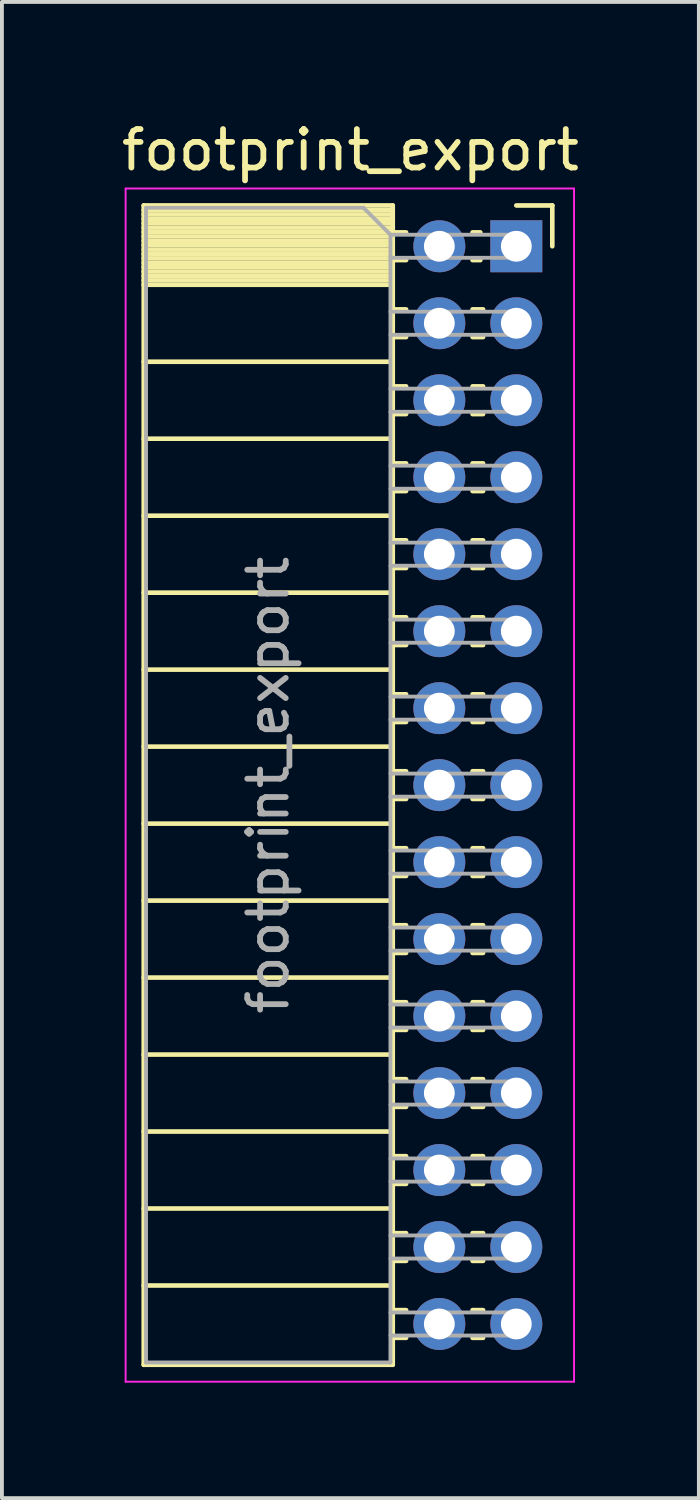
<source format=kicad_pcb>
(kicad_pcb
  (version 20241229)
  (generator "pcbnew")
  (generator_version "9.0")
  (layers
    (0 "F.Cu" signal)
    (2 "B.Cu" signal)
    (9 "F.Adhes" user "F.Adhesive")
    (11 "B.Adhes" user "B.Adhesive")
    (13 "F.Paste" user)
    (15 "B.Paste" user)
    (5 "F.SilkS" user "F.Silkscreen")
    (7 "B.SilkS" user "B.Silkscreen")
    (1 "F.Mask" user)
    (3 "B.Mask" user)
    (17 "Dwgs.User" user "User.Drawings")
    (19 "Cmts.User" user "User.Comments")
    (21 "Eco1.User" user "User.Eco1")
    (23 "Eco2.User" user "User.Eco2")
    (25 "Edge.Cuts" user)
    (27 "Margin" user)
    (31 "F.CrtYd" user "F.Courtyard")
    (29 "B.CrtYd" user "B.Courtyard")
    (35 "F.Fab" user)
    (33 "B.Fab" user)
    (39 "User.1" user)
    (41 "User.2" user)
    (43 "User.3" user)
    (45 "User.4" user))
  (footprint "footprint_export"
    (layer "F.Cu")
    (at 10.364 3.348)
    (property "Reference" "footprint_export" (at -4.31 -2.5 0) (layer "F.SilkS") (effects (font (size 1 1) (thickness 0.15))))
    (attr through_hole)
    (fp_line (start -9.68 -1.06) (end -9.68 29.06) (stroke (width 0.12) (type solid)) (layer "F.SilkS"))
    (fp_line (start -9.68 -1.06) (end -3.21 -1.06) (stroke (width 0.12) (type solid)) (layer "F.SilkS"))
    (fp_line (start -9.68 -0.94) (end -3.21 -0.94) (stroke (width 0.12) (type solid)) (layer "F.SilkS"))
    (fp_line (start -9.68 -0.826) (end -3.21 -0.826) (stroke (width 0.12) (type solid)) (layer "F.SilkS"))
    (fp_line (start -9.68 -0.712) (end -3.21 -0.712) (stroke (width 0.12) (type solid)) (layer "F.SilkS"))
    (fp_line (start -9.68 -0.598) (end -3.21 -0.598) (stroke (width 0.12) (type solid)) (layer "F.SilkS"))
    (fp_line (start -9.68 -0.484) (end -3.21 -0.484) (stroke (width 0.12) (type solid)) (layer "F.SilkS"))
    (fp_line (start -9.68 -0.369) (end -3.21 -0.369) (stroke (width 0.12) (type solid)) (layer "F.SilkS"))
    (fp_line (start -9.68 -0.255) (end -3.21 -0.255) (stroke (width 0.12) (type solid)) (layer "F.SilkS"))
    (fp_line (start -9.68 -0.141) (end -3.21 -0.141) (stroke (width 0.12) (type solid)) (layer "F.SilkS"))
    (fp_line (start -9.68 -0.027) (end -3.21 -0.027) (stroke (width 0.12) (type solid)) (layer "F.SilkS"))
    (fp_line (start -9.68 0.087) (end -3.21 0.087) (stroke (width 0.12) (type solid)) (layer "F.SilkS"))
    (fp_line (start -9.68 0.201) (end -3.21 0.201) (stroke (width 0.12) (type solid)) (layer "F.SilkS"))
    (fp_line (start -9.68 0.315) (end -3.21 0.315) (stroke (width 0.12) (type solid)) (layer "F.SilkS"))
    (fp_line (start -9.68 0.429) (end -3.21 0.429) (stroke (width 0.12) (type solid)) (layer "F.SilkS"))
    (fp_line (start -9.68 0.544) (end -3.21 0.544) (stroke (width 0.12) (type solid)) (layer "F.SilkS"))
    (fp_line (start -9.68 0.658) (end -3.21 0.658) (stroke (width 0.12) (type solid)) (layer "F.SilkS"))
    (fp_line (start -9.68 0.772) (end -3.21 0.772) (stroke (width 0.12) (type solid)) (layer "F.SilkS"))
    (fp_line (start -9.68 0.886) (end -3.21 0.886) (stroke (width 0.12) (type solid)) (layer "F.SilkS"))
    (fp_line (start -9.68 1) (end -3.21 1) (stroke (width 0.12) (type solid)) (layer "F.SilkS"))
    (fp_line (start -9.68 3) (end -3.21 3) (stroke (width 0.12) (type solid)) (layer "F.SilkS"))
    (fp_line (start -9.68 5) (end -3.21 5) (stroke (width 0.12) (type solid)) (layer "F.SilkS"))
    (fp_line (start -9.68 7) (end -3.21 7) (stroke (width 0.12) (type solid)) (layer "F.SilkS"))
    (fp_line (start -9.68 9) (end -3.21 9) (stroke (width 0.12) (type solid)) (layer "F.SilkS"))
    (fp_line (start -9.68 11) (end -3.21 11) (stroke (width 0.12) (type solid)) (layer "F.SilkS"))
    (fp_line (start -9.68 13) (end -3.21 13) (stroke (width 0.12) (type solid)) (layer "F.SilkS"))
    (fp_line (start -9.68 15) (end -3.21 15) (stroke (width 0.12) (type solid)) (layer "F.SilkS"))
    (fp_line (start -9.68 17) (end -3.21 17) (stroke (width 0.12) (type solid)) (layer "F.SilkS"))
    (fp_line (start -9.68 19) (end -3.21 19) (stroke (width 0.12) (type solid)) (layer "F.SilkS"))
    (fp_line (start -9.68 21) (end -3.21 21) (stroke (width 0.12) (type solid)) (layer "F.SilkS"))
    (fp_line (start -9.68 23) (end -3.21 23) (stroke (width 0.12) (type solid)) (layer "F.SilkS"))
    (fp_line (start -9.68 25) (end -3.21 25) (stroke (width 0.12) (type solid)) (layer "F.SilkS"))
    (fp_line (start -9.68 27) (end -3.21 27) (stroke (width 0.12) (type solid)) (layer "F.SilkS"))
    (fp_line (start -9.68 29.06) (end -3.21 29.06) (stroke (width 0.12) (type solid)) (layer "F.SilkS"))
    (fp_line (start -3.21 -1.06) (end -3.21 29.06) (stroke (width 0.12) (type solid)) (layer "F.SilkS"))
    (fp_line (start -3.21 -0.36) (end -2.863 -0.36) (stroke (width 0.12) (type solid)) (layer "F.SilkS"))
    (fp_line (start -3.21 0.36) (end -2.863 0.36) (stroke (width 0.12) (type solid)) (layer "F.SilkS"))
    (fp_line (start -3.21 1.64) (end -2.863 1.64) (stroke (width 0.12) (type solid)) (layer "F.SilkS"))
    (fp_line (start -3.21 2.36) (end -2.863 2.36) (stroke (width 0.12) (type solid)) (layer "F.SilkS"))
    (fp_line (start -3.21 3.64) (end -2.863 3.64) (stroke (width 0.12) (type solid)) (layer "F.SilkS"))
    (fp_line (start -3.21 4.36) (end -2.863 4.36) (stroke (width 0.12) (type solid)) (layer "F.SilkS"))
    (fp_line (start -3.21 5.64) (end -2.863 5.64) (stroke (width 0.12) (type solid)) (layer "F.SilkS"))
    (fp_line (start -3.21 6.36) (end -2.863 6.36) (stroke (width 0.12) (type solid)) (layer "F.SilkS"))
    (fp_line (start -3.21 7.64) (end -2.863 7.64) (stroke (width 0.12) (type solid)) (layer "F.SilkS"))
    (fp_line (start -3.21 8.36) (end -2.863 8.36) (stroke (width 0.12) (type solid)) (layer "F.SilkS"))
    (fp_line (start -3.21 9.64) (end -2.863 9.64) (stroke (width 0.12) (type solid)) (layer "F.SilkS"))
    (fp_line (start -3.21 10.36) (end -2.863 10.36) (stroke (width 0.12) (type solid)) (layer "F.SilkS"))
    (fp_line (start -3.21 11.64) (end -2.863 11.64) (stroke (width 0.12) (type solid)) (layer "F.SilkS"))
    (fp_line (start -3.21 12.36) (end -2.863 12.36) (stroke (width 0.12) (type solid)) (layer "F.SilkS"))
    (fp_line (start -3.21 13.64) (end -2.863 13.64) (stroke (width 0.12) (type solid)) (layer "F.SilkS"))
    (fp_line (start -3.21 14.36) (end -2.863 14.36) (stroke (width 0.12) (type solid)) (layer "F.SilkS"))
    (fp_line (start -3.21 15.64) (end -2.863 15.64) (stroke (width 0.12) (type solid)) (layer "F.SilkS"))
    (fp_line (start -3.21 16.36) (end -2.863 16.36) (stroke (width 0.12) (type solid)) (layer "F.SilkS"))
    (fp_line (start -3.21 17.64) (end -2.863 17.64) (stroke (width 0.12) (type solid)) (layer "F.SilkS"))
    (fp_line (start -3.21 18.36) (end -2.863 18.36) (stroke (width 0.12) (type solid)) (layer "F.SilkS"))
    (fp_line (start -3.21 19.64) (end -2.863 19.64) (stroke (width 0.12) (type solid)) (layer "F.SilkS"))
    (fp_line (start -3.21 20.36) (end -2.863 20.36) (stroke (width 0.12) (type solid)) (layer "F.SilkS"))
    (fp_line (start -3.21 21.64) (end -2.863 21.64) (stroke (width 0.12) (type solid)) (layer "F.SilkS"))
    (fp_line (start -3.21 22.36) (end -2.863 22.36) (stroke (width 0.12) (type solid)) (layer "F.SilkS"))
    (fp_line (start -3.21 23.64) (end -2.863 23.64) (stroke (width 0.12) (type solid)) (layer "F.SilkS"))
    (fp_line (start -3.21 24.36) (end -2.863 24.36) (stroke (width 0.12) (type solid)) (layer "F.SilkS"))
    (fp_line (start -3.21 25.64) (end -2.863 25.64) (stroke (width 0.12) (type solid)) (layer "F.SilkS"))
    (fp_line (start -3.21 26.36) (end -2.863 26.36) (stroke (width 0.12) (type solid)) (layer "F.SilkS"))
    (fp_line (start -3.21 27.64) (end -2.863 27.64) (stroke (width 0.12) (type solid)) (layer "F.SilkS"))
    (fp_line (start -3.21 28.36) (end -2.863 28.36) (stroke (width 0.12) (type solid)) (layer "F.SilkS"))
    (fp_line (start -1.137 -0.36) (end -0.935 -0.36) (stroke (width 0.12) (type solid)) (layer "F.SilkS"))
    (fp_line (start -1.137 0.36) (end -0.935 0.36) (stroke (width 0.12) (type solid)) (layer "F.SilkS"))
    (fp_line (start -1.137 1.64) (end -0.863 1.64) (stroke (width 0.12) (type solid)) (layer "F.SilkS"))
    (fp_line (start -1.137 2.36) (end -0.863 2.36) (stroke (width 0.12) (type solid)) (layer "F.SilkS"))
    (fp_line (start -1.137 3.64) (end -0.863 3.64) (stroke (width 0.12) (type solid)) (layer "F.SilkS"))
    (fp_line (start -1.137 4.36) (end -0.863 4.36) (stroke (width 0.12) (type solid)) (layer "F.SilkS"))
    (fp_line (start -1.137 5.64) (end -0.863 5.64) (stroke (width 0.12) (type solid)) (layer "F.SilkS"))
    (fp_line (start -1.137 6.36) (end -0.863 6.36) (stroke (width 0.12) (type solid)) (layer "F.SilkS"))
    (fp_line (start -1.137 7.64) (end -0.863 7.64) (stroke (width 0.12) (type solid)) (layer "F.SilkS"))
    (fp_line (start -1.137 8.36) (end -0.863 8.36) (stroke (width 0.12) (type solid)) (layer "F.SilkS"))
    (fp_line (start -1.137 9.64) (end -0.863 9.64) (stroke (width 0.12) (type solid)) (layer "F.SilkS"))
    (fp_line (start -1.137 10.36) (end -0.863 10.36) (stroke (width 0.12) (type solid)) (layer "F.SilkS"))
    (fp_line (start -1.137 11.64) (end -0.863 11.64) (stroke (width 0.12) (type solid)) (layer "F.SilkS"))
    (fp_line (start -1.137 12.36) (end -0.863 12.36) (stroke (width 0.12) (type solid)) (layer "F.SilkS"))
    (fp_line (start -1.137 13.64) (end -0.863 13.64) (stroke (width 0.12) (type solid)) (layer "F.SilkS"))
    (fp_line (start -1.137 14.36) (end -0.863 14.36) (stroke (width 0.12) (type solid)) (layer "F.SilkS"))
    (fp_line (start -1.137 15.64) (end -0.863 15.64) (stroke (width 0.12) (type solid)) (layer "F.SilkS"))
    (fp_line (start -1.137 16.36) (end -0.863 16.36) (stroke (width 0.12) (type solid)) (layer "F.SilkS"))
    (fp_line (start -1.137 17.64) (end -0.863 17.64) (stroke (width 0.12) (type solid)) (layer "F.SilkS"))
    (fp_line (start -1.137 18.36) (end -0.863 18.36) (stroke (width 0.12) (type solid)) (layer "F.SilkS"))
    (fp_line (start -1.137 19.64) (end -0.863 19.64) (stroke (width 0.12) (type solid)) (layer "F.SilkS"))
    (fp_line (start -1.137 20.36) (end -0.863 20.36) (stroke (width 0.12) (type solid)) (layer "F.SilkS"))
    (fp_line (start -1.137 21.64) (end -0.863 21.64) (stroke (width 0.12) (type solid)) (layer "F.SilkS"))
    (fp_line (start -1.137 22.36) (end -0.863 22.36) (stroke (width 0.12) (type solid)) (layer "F.SilkS"))
    (fp_line (start -1.137 23.64) (end -0.863 23.64) (stroke (width 0.12) (type solid)) (layer "F.SilkS"))
    (fp_line (start -1.137 24.36) (end -0.863 24.36) (stroke (width 0.12) (type solid)) (layer "F.SilkS"))
    (fp_line (start -1.137 25.64) (end -0.863 25.64) (stroke (width 0.12) (type solid)) (layer "F.SilkS"))
    (fp_line (start -1.137 26.36) (end -0.863 26.36) (stroke (width 0.12) (type solid)) (layer "F.SilkS"))
    (fp_line (start -1.137 27.64) (end -0.863 27.64) (stroke (width 0.12) (type solid)) (layer "F.SilkS"))
    (fp_line (start -1.137 28.36) (end -0.863 28.36) (stroke (width 0.12) (type solid)) (layer "F.SilkS"))
    (fp_line (start 0 -1.06) (end 0.935 -1.06) (stroke (width 0.12) (type solid)) (layer "F.SilkS"))
    (fp_line (start 0.935 -1.06) (end 0.935 0) (stroke (width 0.12) (type solid)) (layer "F.SilkS"))
    (fp_line (start -10.15 -1.5) (end -10.15 29.5) (stroke (width 0.05) (type solid)) (layer "F.CrtYd"))
    (fp_line (start -10.15 29.5) (end 1.5 29.5) (stroke (width 0.05) (type solid)) (layer "F.CrtYd"))
    (fp_line (start 1.5 -1.5) (end -10.15 -1.5) (stroke (width 0.05) (type solid)) (layer "F.CrtYd"))
    (fp_line (start 1.5 29.5) (end 1.5 -1.5) (stroke (width 0.05) (type solid)) (layer "F.CrtYd"))
    (fp_line (start -9.62 -1) (end -3.97 -1) (stroke (width 0.1) (type solid)) (layer "F.Fab"))
    (fp_line (start -9.62 29) (end -9.62 -1) (stroke (width 0.1) (type solid)) (layer "F.Fab"))
    (fp_line (start -3.97 -1) (end -3.27 -0.3) (stroke (width 0.1) (type solid)) (layer "F.Fab"))
    (fp_line (start -3.27 -0.3) (end -3.27 29) (stroke (width 0.1) (type solid)) (layer "F.Fab"))
    (fp_line (start -3.27 0.3) (end 0 0.3) (stroke (width 0.1) (type solid)) (layer "F.Fab"))
    (fp_line (start -3.27 2.3) (end 0 2.3) (stroke (width 0.1) (type solid)) (layer "F.Fab"))
    (fp_line (start -3.27 4.3) (end 0 4.3) (stroke (width 0.1) (type solid)) (layer "F.Fab"))
    (fp_line (start -3.27 6.3) (end 0 6.3) (stroke (width 0.1) (type solid)) (layer "F.Fab"))
    (fp_line (start -3.27 8.3) (end 0 8.3) (stroke (width 0.1) (type solid)) (layer "F.Fab"))
    (fp_line (start -3.27 10.3) (end 0 10.3) (stroke (width 0.1) (type solid)) (layer "F.Fab"))
    (fp_line (start -3.27 12.3) (end 0 12.3) (stroke (width 0.1) (type solid)) (layer "F.Fab"))
    (fp_line (start -3.27 14.3) (end 0 14.3) (stroke (width 0.1) (type solid)) (layer "F.Fab"))
    (fp_line (start -3.27 16.3) (end 0 16.3) (stroke (width 0.1) (type solid)) (layer "F.Fab"))
    (fp_line (start -3.27 18.3) (end 0 18.3) (stroke (width 0.1) (type solid)) (layer "F.Fab"))
    (fp_line (start -3.27 20.3) (end 0 20.3) (stroke (width 0.1) (type solid)) (layer "F.Fab"))
    (fp_line (start -3.27 22.3) (end 0 22.3) (stroke (width 0.1) (type solid)) (layer "F.Fab"))
    (fp_line (start -3.27 24.3) (end 0 24.3) (stroke (width 0.1) (type solid)) (layer "F.Fab"))
    (fp_line (start -3.27 26.3) (end 0 26.3) (stroke (width 0.1) (type solid)) (layer "F.Fab"))
    (fp_line (start -3.27 28.3) (end 0 28.3) (stroke (width 0.1) (type solid)) (layer "F.Fab"))
    (fp_line (start -3.27 29) (end -9.62 29) (stroke (width 0.1) (type solid)) (layer "F.Fab"))
    (fp_line (start 0 -0.3) (end -3.27 -0.3) (stroke (width 0.1) (type solid)) (layer "F.Fab"))
    (fp_line (start 0 0.3) (end 0 -0.3) (stroke (width 0.1) (type solid)) (layer "F.Fab"))
    (fp_line (start 0 1.7) (end -3.27 1.7) (stroke (width 0.1) (type solid)) (layer "F.Fab"))
    (fp_line (start 0 2.3) (end 0 1.7) (stroke (width 0.1) (type solid)) (layer "F.Fab"))
    (fp_line (start 0 3.7) (end -3.27 3.7) (stroke (width 0.1) (type solid)) (layer "F.Fab"))
    (fp_line (start 0 4.3) (end 0 3.7) (stroke (width 0.1) (type solid)) (layer "F.Fab"))
    (fp_line (start 0 5.7) (end -3.27 5.7) (stroke (width 0.1) (type solid)) (layer "F.Fab"))
    (fp_line (start 0 6.3) (end 0 5.7) (stroke (width 0.1) (type solid)) (layer "F.Fab"))
    (fp_line (start 0 7.7) (end -3.27 7.7) (stroke (width 0.1) (type solid)) (layer "F.Fab"))
    (fp_line (start 0 8.3) (end 0 7.7) (stroke (width 0.1) (type solid)) (layer "F.Fab"))
    (fp_line (start 0 9.7) (end -3.27 9.7) (stroke (width 0.1) (type solid)) (layer "F.Fab"))
    (fp_line (start 0 10.3) (end 0 9.7) (stroke (width 0.1) (type solid)) (layer "F.Fab"))
    (fp_line (start 0 11.7) (end -3.27 11.7) (stroke (width 0.1) (type solid)) (layer "F.Fab"))
    (fp_line (start 0 12.3) (end 0 11.7) (stroke (width 0.1) (type solid)) (layer "F.Fab"))
    (fp_line (start 0 13.7) (end -3.27 13.7) (stroke (width 0.1) (type solid)) (layer "F.Fab"))
    (fp_line (start 0 14.3) (end 0 13.7) (stroke (width 0.1) (type solid)) (layer "F.Fab"))
    (fp_line (start 0 15.7) (end -3.27 15.7) (stroke (width 0.1) (type solid)) (layer "F.Fab"))
    (fp_line (start 0 16.3) (end 0 15.7) (stroke (width 0.1) (type solid)) (layer "F.Fab"))
    (fp_line (start 0 17.7) (end -3.27 17.7) (stroke (width 0.1) (type solid)) (layer "F.Fab"))
    (fp_line (start 0 18.3) (end 0 17.7) (stroke (width 0.1) (type solid)) (layer "F.Fab"))
    (fp_line (start 0 19.7) (end -3.27 19.7) (stroke (width 0.1) (type solid)) (layer "F.Fab"))
    (fp_line (start 0 20.3) (end 0 19.7) (stroke (width 0.1) (type solid)) (layer "F.Fab"))
    (fp_line (start 0 21.7) (end -3.27 21.7) (stroke (width 0.1) (type solid)) (layer "F.Fab"))
    (fp_line (start 0 22.3) (end 0 21.7) (stroke (width 0.1) (type solid)) (layer "F.Fab"))
    (fp_line (start 0 23.7) (end -3.27 23.7) (stroke (width 0.1) (type solid)) (layer "F.Fab"))
    (fp_line (start 0 24.3) (end 0 23.7) (stroke (width 0.1) (type solid)) (layer "F.Fab"))
    (fp_line (start 0 25.7) (end -3.27 25.7) (stroke (width 0.1) (type solid)) (layer "F.Fab"))
    (fp_line (start 0 26.3) (end 0 25.7) (stroke (width 0.1) (type solid)) (layer "F.Fab"))
    (fp_line (start 0 27.7) (end -3.27 27.7) (stroke (width 0.1) (type solid)) (layer "F.Fab"))
    (fp_line (start 0 28.3) (end 0 27.7) (stroke (width 0.1) (type solid)) (layer "F.Fab"))
    (fp_text user "${REFERENCE}" (at -6.445 14 90) (layer "F.Fab") (effects (font (size 1 1) (thickness 0.15))))
    (pad "1" thru_hole rect (at 0 0) (size 1.35 1.35) (drill 0.8) (layers "*.Cu" "*.Mask"))
    (pad "2" thru_hole oval (at -2 0) (size 1.35 1.35) (drill 0.8) (layers "*.Cu" "*.Mask"))
    (pad "3" thru_hole oval (at 0 2) (size 1.35 1.35) (drill 0.8) (layers "*.Cu" "*.Mask"))
    (pad "4" thru_hole oval (at -2 2) (size 1.35 1.35) (drill 0.8) (layers "*.Cu" "*.Mask"))
    (pad "5" thru_hole oval (at 0 4) (size 1.35 1.35) (drill 0.8) (layers "*.Cu" "*.Mask"))
    (pad "6" thru_hole oval (at -2 4) (size 1.35 1.35) (drill 0.8) (layers "*.Cu" "*.Mask"))
    (pad "7" thru_hole oval (at 0 6) (size 1.35 1.35) (drill 0.8) (layers "*.Cu" "*.Mask"))
    (pad "8" thru_hole oval (at -2 6) (size 1.35 1.35) (drill 0.8) (layers "*.Cu" "*.Mask"))
    (pad "9" thru_hole oval (at 0 8) (size 1.35 1.35) (drill 0.8) (layers "*.Cu" "*.Mask"))
    (pad "10" thru_hole oval (at -2 8) (size 1.35 1.35) (drill 0.8) (layers "*.Cu" "*.Mask"))
    (pad "11" thru_hole oval (at 0 10) (size 1.35 1.35) (drill 0.8) (layers "*.Cu" "*.Mask"))
    (pad "12" thru_hole oval (at -2 10) (size 1.35 1.35) (drill 0.8) (layers "*.Cu" "*.Mask"))
    (pad "13" thru_hole oval (at 0 12) (size 1.35 1.35) (drill 0.8) (layers "*.Cu" "*.Mask"))
    (pad "14" thru_hole oval (at -2 12) (size 1.35 1.35) (drill 0.8) (layers "*.Cu" "*.Mask"))
    (pad "15" thru_hole oval (at 0 14) (size 1.35 1.35) (drill 0.8) (layers "*.Cu" "*.Mask"))
    (pad "16" thru_hole oval (at -2 14) (size 1.35 1.35) (drill 0.8) (layers "*.Cu" "*.Mask"))
    (pad "17" thru_hole oval (at 0 16) (size 1.35 1.35) (drill 0.8) (layers "*.Cu" "*.Mask"))
    (pad "18" thru_hole oval (at -2 16) (size 1.35 1.35) (drill 0.8) (layers "*.Cu" "*.Mask"))
    (pad "19" thru_hole oval (at 0 18) (size 1.35 1.35) (drill 0.8) (layers "*.Cu" "*.Mask"))
    (pad "20" thru_hole oval (at -2 18) (size 1.35 1.35) (drill 0.8) (layers "*.Cu" "*.Mask"))
    (pad "21" thru_hole oval (at 0 20) (size 1.35 1.35) (drill 0.8) (layers "*.Cu" "*.Mask"))
    (pad "22" thru_hole oval (at -2 20) (size 1.35 1.35) (drill 0.8) (layers "*.Cu" "*.Mask"))
    (pad "23" thru_hole oval (at 0 22) (size 1.35 1.35) (drill 0.8) (layers "*.Cu" "*.Mask"))
    (pad "24" thru_hole oval (at -2 22) (size 1.35 1.35) (drill 0.8) (layers "*.Cu" "*.Mask"))
    (pad "25" thru_hole oval (at 0 24) (size 1.35 1.35) (drill 0.8) (layers "*.Cu" "*.Mask"))
    (pad "26" thru_hole oval (at -2 24) (size 1.35 1.35) (drill 0.8) (layers "*.Cu" "*.Mask"))
    (pad "27" thru_hole oval (at 0 26) (size 1.35 1.35) (drill 0.8) (layers "*.Cu" "*.Mask"))
    (pad "28" thru_hole oval (at -2 26) (size 1.35 1.35) (drill 0.8) (layers "*.Cu" "*.Mask"))
    (pad "29" thru_hole oval (at 0 28) (size 1.35 1.35) (drill 0.8) (layers "*.Cu" "*.Mask"))
    (pad "30" thru_hole oval (at -2 28) (size 1.35 1.35) (drill 0.8) (layers "*.Cu" "*.Mask")))
  (gr_rect
    (start -3 -3)
    (end 15.107 35.873)
    (stroke (width 0.1) (type default))
    (fill no)
    (layer "Edge.Cuts")))
</source>
